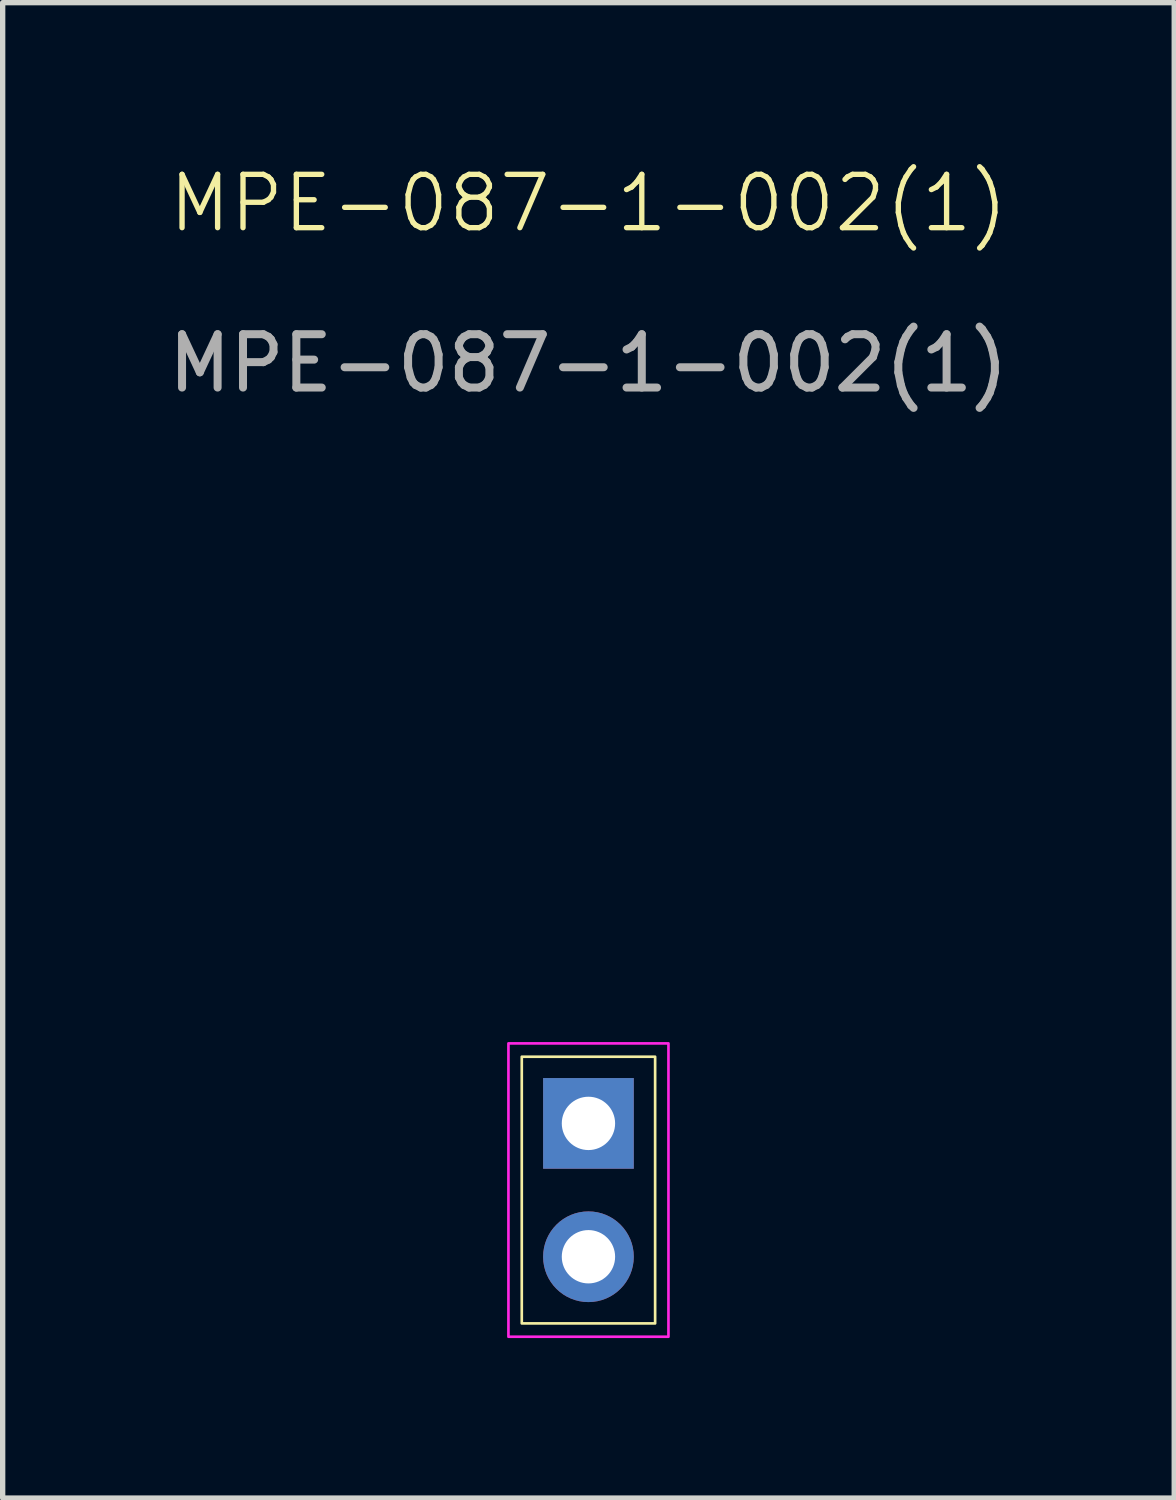
<source format=kicad_pcb>
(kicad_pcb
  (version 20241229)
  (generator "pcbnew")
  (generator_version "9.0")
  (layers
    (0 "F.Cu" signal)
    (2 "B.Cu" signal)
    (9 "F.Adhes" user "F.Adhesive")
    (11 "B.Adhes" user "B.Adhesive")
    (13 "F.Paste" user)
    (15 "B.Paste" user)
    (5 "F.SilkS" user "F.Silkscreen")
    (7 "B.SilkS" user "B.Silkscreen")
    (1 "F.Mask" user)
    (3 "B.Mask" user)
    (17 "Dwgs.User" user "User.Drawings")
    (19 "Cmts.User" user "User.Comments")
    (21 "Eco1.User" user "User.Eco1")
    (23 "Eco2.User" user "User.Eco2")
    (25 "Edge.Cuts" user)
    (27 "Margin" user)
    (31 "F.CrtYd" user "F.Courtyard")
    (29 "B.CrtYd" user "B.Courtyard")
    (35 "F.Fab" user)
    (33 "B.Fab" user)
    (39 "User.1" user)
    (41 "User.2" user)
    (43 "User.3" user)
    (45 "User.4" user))
  (footprint "MPE-087-1-002(1)"
    (layer "F.Cu")
    (at 7.982 19.261)
    (property "Reference" "MPE-087-1-002(1)" (at 0 -18.5 0) (unlocked yes) (layer "F.SilkS") (effects (font (size 1 1) (thickness 0.1))))
    (attr smd)
    (fp_rect (start -1.25 -2.5) (end 1.25 2.5) (stroke (width 0.05) (type solid)) (fill no) (layer "F.SilkS"))
    (fp_rect (start -1.5 -2.75) (end 1.5 2.75) (stroke (width 0.05) (type solid)) (fill no) (layer "F.CrtYd"))
    (fp_text user "${REFERENCE}" (at 0 -15.5 0) (unlocked yes) (layer "F.Fab") (effects (font (size 1 1) (thickness 0.15))))
    (pad "1" thru_hole rect (at 0 -1.25) (size 1.7 1.7) (drill 1) (layers "*.Cu" "*.Mask"))
    (pad "2" thru_hole oval (at 0 1.25) (size 1.7 1.7) (drill 1) (layers "*.Cu" "*.Mask")))
  (gr_rect
    (start -3 -3)
    (end 18.964 25.035)
    (stroke (width 0.1) (type default))
    (fill no)
    (layer "Edge.Cuts")))
</source>
